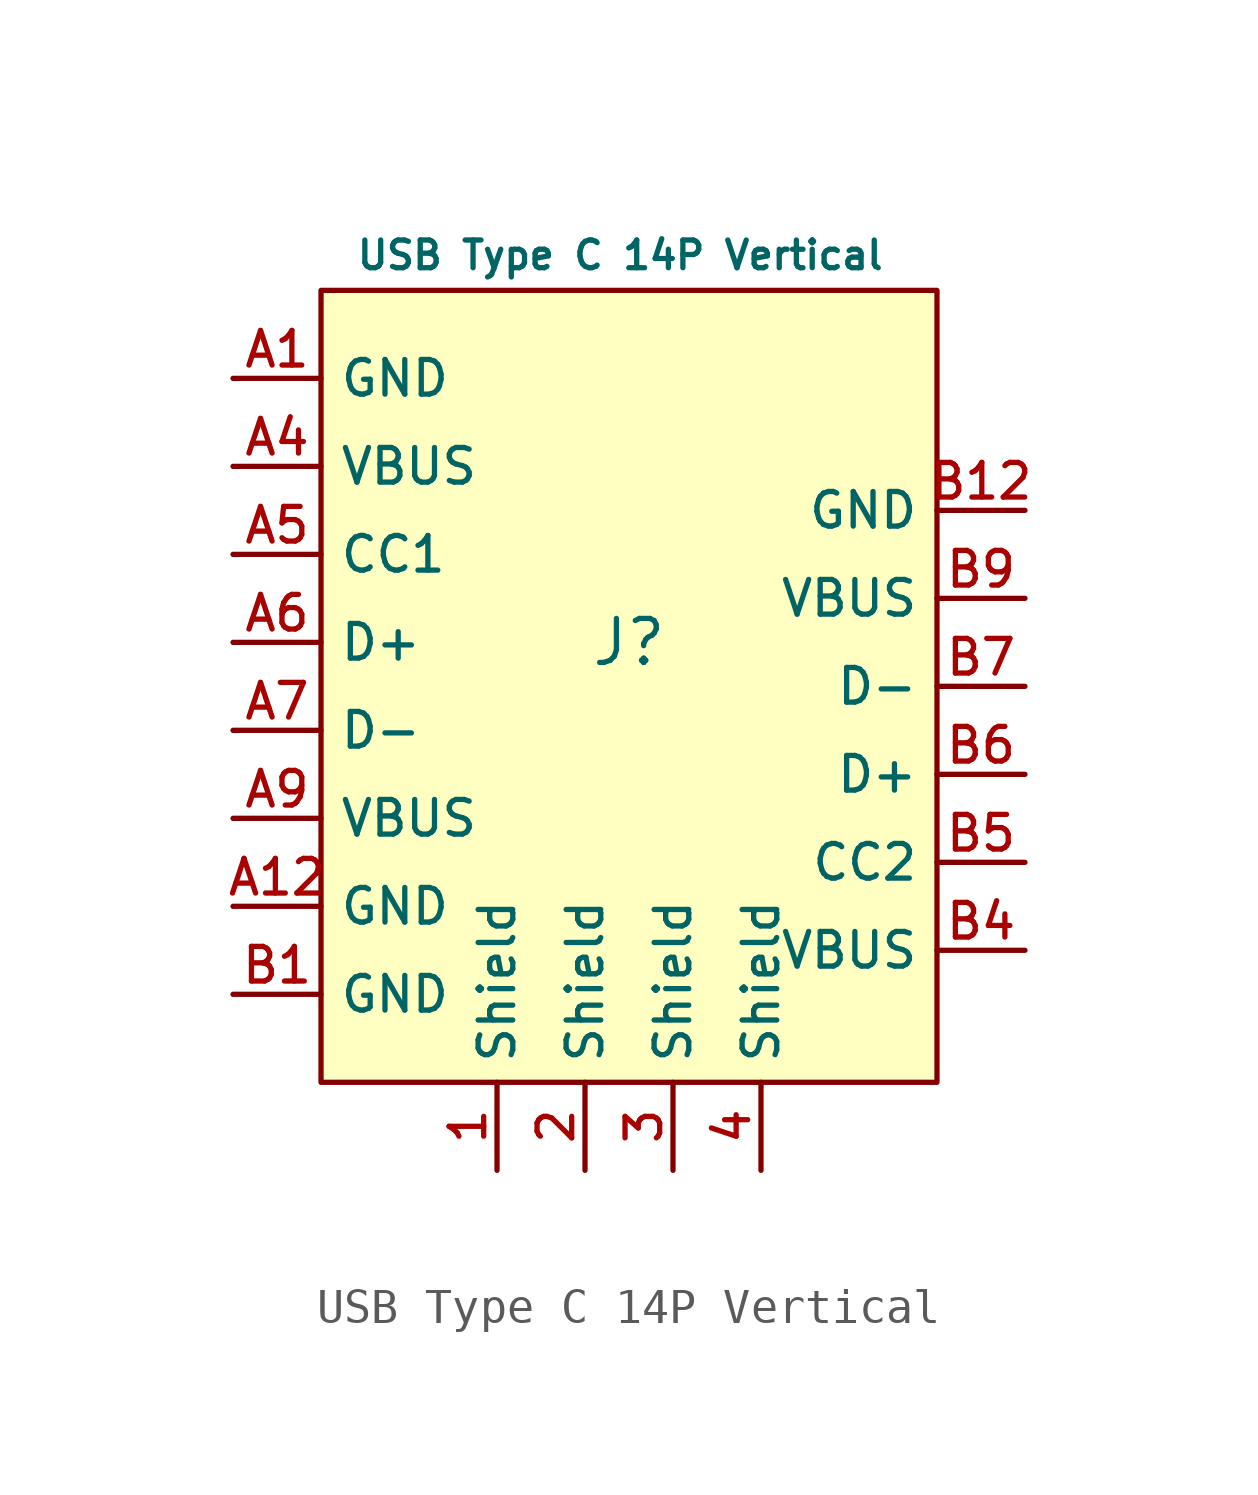
<source format=kicad_sym>
(kicad_symbol_lib
  (version 20231120)
  (generator "CDFER_Archive_Tool")
  (generator_version "0.0")
  (symbol "USB Type C 14P Vertical"
    (property "Reference" "J"
      (at -1.27 2.54 0)
      (effects (font (size 1.27 1.27))))
    (property "Value" "USB Type C 14P Vertical"
      (at -1.524 13.716 0)
      (effects (font (size 0.8 0.8))))
    (symbol "USB Type C 14P Vertical_0_1"
      (rectangle (start -10.16 12.7) (end 7.62 -10.16) (stroke (width 0) (type default)) (fill (type background)))
      (pin unspecified line (at -12.7 10.16 0) (length 2.54) (name "GND" (effects (font (size 1 1)))) (number "A1" (effects (font (size 1 1)))))
      (pin unspecified line (at -12.7 -5.08 0) (length 2.54) (name "GND" (effects (font (size 1 1)))) (number "A12" (effects (font (size 1 1)))))
      (pin unspecified line (at -12.7 7.62 0) (length 2.54) (name "VBUS" (effects (font (size 1 1)))) (number "A4" (effects (font (size 1 1)))))
      (pin unspecified line (at -12.7 5.08 0) (length 2.54) (name "CC1" (effects (font (size 1 1)))) (number "A5" (effects (font (size 1 1)))))
      (pin unspecified line (at -12.7 2.54 0) (length 2.54) (name "D+" (effects (font (size 1 1)))) (number "A6" (effects (font (size 1 1)))))
      (pin unspecified line (at -12.7 0 0) (length 2.54) (name "D-" (effects (font (size 1 1)))) (number "A7" (effects (font (size 1 1)))))
      (pin unspecified line (at -12.7 -2.54 0) (length 2.54) (name "VBUS" (effects (font (size 1 1)))) (number "A9" (effects (font (size 1 1)))))
      (pin unspecified line (at -12.7 -7.62 0) (length 2.54) (name "GND" (effects (font (size 1 1)))) (number "B1" (effects (font (size 1 1)))))
      (pin unspecified line (at 10.16 6.35 180) (length 2.54) (name "GND" (effects (font (size 1 1)))) (number "B12" (effects (font (size 1 1)))))
      (pin unspecified line (at 10.16 -6.35 180) (length 2.54) (name "VBUS" (effects (font (size 1 1)))) (number "B4" (effects (font (size 1 1)))))
      (pin unspecified line (at 10.16 -3.81 180) (length 2.54) (name "CC2" (effects (font (size 1 1)))) (number "B5" (effects (font (size 1 1)))))
      (pin unspecified line (at 10.16 -1.27 180) (length 2.54) (name "D+" (effects (font (size 1 1)))) (number "B6" (effects (font (size 1 1)))))
      (pin unspecified line (at 10.16 1.27 180) (length 2.54) (name "D-" (effects (font (size 1 1)))) (number "B7" (effects (font (size 1 1)))))
      (pin unspecified line (at 10.16 3.81 180) (length 2.54) (name "VBUS" (effects (font (size 1 1)))) (number "B9" (effects (font (size 1 1))))))
    (symbol "USB Type C 14P Vertical_1_1"
      (pin unspecified line (at -5.08 -12.7 90) (length 2.54) (name "Shield" (effects (font (size 1 1)))) (number "1" (effects (font (size 1 1)))))
      (pin unspecified line (at -2.54 -12.7 90) (length 2.54) (name "Shield" (effects (font (size 1 1)))) (number "2" (effects (font (size 1 1)))))
      (pin unspecified line (at 0 -12.7 90) (length 2.54) (name "Shield" (effects (font (size 1 1)))) (number "3" (effects (font (size 1 1)))))
      (pin unspecified line (at 2.54 -12.7 90) (length 2.54) (name "Shield" (effects (font (size 1 1)))) (number "4" (effects (font (size 1 1))))))))
</source>
